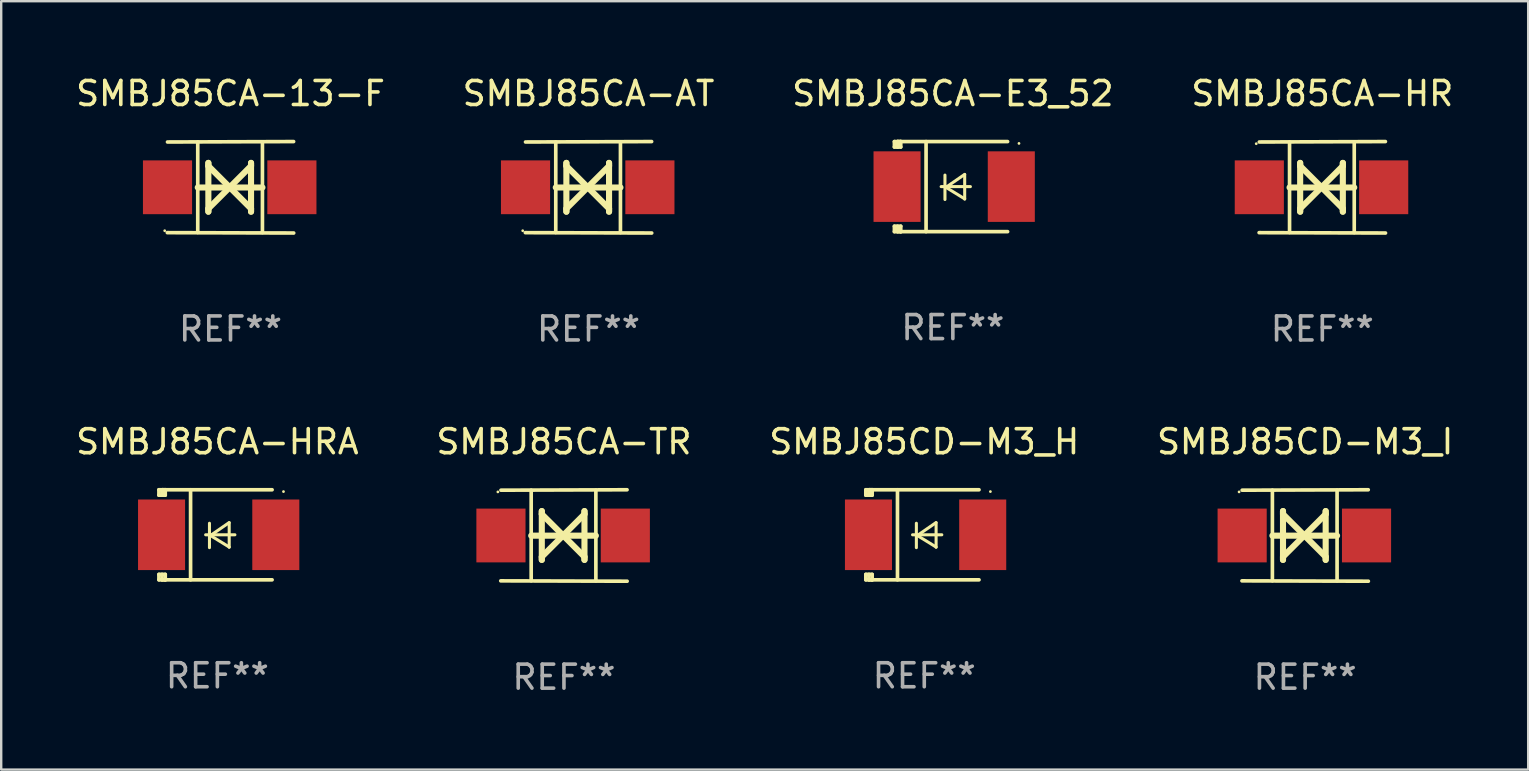
<source format=kicad_pcb>
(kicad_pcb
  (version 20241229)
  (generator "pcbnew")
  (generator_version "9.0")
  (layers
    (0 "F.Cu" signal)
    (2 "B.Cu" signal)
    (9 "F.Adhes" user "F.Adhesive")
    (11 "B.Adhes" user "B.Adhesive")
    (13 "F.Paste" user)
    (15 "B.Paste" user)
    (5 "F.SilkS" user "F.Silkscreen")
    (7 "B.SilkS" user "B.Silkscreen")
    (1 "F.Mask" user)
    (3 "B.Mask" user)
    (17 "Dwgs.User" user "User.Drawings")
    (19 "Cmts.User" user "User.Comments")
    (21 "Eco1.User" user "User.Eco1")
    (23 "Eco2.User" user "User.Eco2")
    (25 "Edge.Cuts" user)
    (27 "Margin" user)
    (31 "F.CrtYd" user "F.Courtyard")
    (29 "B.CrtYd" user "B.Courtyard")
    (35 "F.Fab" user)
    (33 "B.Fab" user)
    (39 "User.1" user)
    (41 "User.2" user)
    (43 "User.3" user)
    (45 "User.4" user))
  (footprint "SMBJ85CA-E3_52"
    (layer "F.Cu")
    (at 36.649 4.725)
    (property "Reference" "SMBJ85CA-E3_52" (at 0 -3.876 0) (layer "F.SilkS") (effects (font (size 1 1) (thickness 0.15))))
    (attr through_hole)
    (fp_line (start -2.435 1.65) (end -2.171 1.65) (stroke (width 0.152) (type solid)) (layer "F.SilkS"))
    (fp_line (start -2.435 1.876) (end -2.435 1.65) (stroke (width 0.152) (type solid)) (layer "F.SilkS"))
    (fp_line (start -2.435 -1.876) (end -2.171 -1.876) (stroke (width 0.152) (type solid)) (layer "F.SilkS"))
    (fp_line (start -2.435 -1.65) (end -2.435 -1.876) (stroke (width 0.152) (type solid)) (layer "F.SilkS"))
    (fp_line (start -2.305 -1.866) (end -2.295 -1.876) (stroke (width 0.152) (type solid)) (layer "F.SilkS"))
    (fp_line (start -2.305 -1.65) (end -2.305 -1.866) (stroke (width 0.152) (type solid)) (layer "F.SilkS"))
    (fp_line (start -2.305 1.876) (end -2.305 1.65) (stroke (width 0.152) (type solid)) (layer "F.SilkS"))
    (fp_line (start -2.295 -1.876) (end -2.295 -1.65) (stroke (width 0.152) (type solid)) (layer "F.SilkS"))
    (fp_line (start -2.171 1.876) (end -2.435 1.876) (stroke (width 0.152) (type solid)) (layer "F.SilkS"))
    (fp_line (start -2.171 -1.65) (end -2.435 -1.65) (stroke (width 0.152) (type solid)) (layer "F.SilkS"))
    (fp_line (start -2.171 -1.876) (end -2.295 -1.876) (stroke (width 0.152) (type solid)) (layer "F.SilkS"))
    (fp_line (start -2.171 -1.65) (end -2.171 -1.876) (stroke (width 0.152) (type solid)) (layer "F.SilkS"))
    (fp_line (start -2.171 1.876) (end -2.305 1.876) (stroke (width 0.152) (type solid)) (layer "F.SilkS"))
    (fp_line (start -2.171 1.876) (end -2.171 1.65) (stroke (width 0.152) (type solid)) (layer "F.SilkS"))
    (fp_line (start -1.116 1.876) (end -1.116 -1.876) (stroke (width 0.152) (type solid)) (layer "F.SilkS"))
    (fp_line (start -0.488 0.000102) (end 0.731 0.000102) (stroke (width 0.127) (type solid)) (layer "F.SilkS"))
    (fp_line (start -0.329 -0.48) (end -0.329 0.536) (stroke (width 0.127) (type solid)) (layer "F.SilkS"))
    (fp_line (start -0.29 0.03) (end 0.493 0.51) (stroke (width 0.127) (type solid)) (layer "F.SilkS"))
    (fp_line (start 0.493 -0.51) (end -0.29 0.03) (stroke (width 0.127) (type solid)) (layer "F.SilkS"))
    (fp_line (start 0.493 0.52) (end 0.493 -0.496) (stroke (width 0.127) (type solid)) (layer "F.SilkS"))
    (fp_line (start 2.281 -1.876) (end -2.171 -1.876) (stroke (width 0.152) (type solid)) (layer "F.SilkS"))
    (fp_line (start 2.281 1.876) (end -2.171 1.876) (stroke (width 0.152) (type solid)) (layer "F.SilkS"))
    (fp_circle (center 2.755 -1.8) (end 2.785 -1.8) (stroke (width 0.06) (type solid)) (fill no) (layer "F.SilkS"))
    (fp_text user "REF**" (at 0 5.876 0) (layer "F.Fab") (effects (font (size 1 1) (thickness 0.15))))
    (pad "1" smd rect (at 2.435 -0.000025 180) (size 1.96 2.94) (layers "F.Cu" "F.Mask" "F.Paste"))
    (pad "2" smd rect (at -2.325 -0.000025 180) (size 1.96 2.94) (layers "F.Cu" "F.Mask" "F.Paste")))
  (footprint "SMBJ85CA-HRA"
    (layer "F.Cu")
    (at 6.006 19.231)
    (property "Reference" "SMBJ85CA-HRA" (at 0 -3.876 0) (layer "F.SilkS") (effects (font (size 1 1) (thickness 0.15))))
    (attr through_hole)
    (fp_line (start -2.435 1.65) (end -2.171 1.65) (stroke (width 0.152) (type solid)) (layer "F.SilkS"))
    (fp_line (start -2.435 1.876) (end -2.435 1.65) (stroke (width 0.152) (type solid)) (layer "F.SilkS"))
    (fp_line (start -2.435 -1.876) (end -2.171 -1.876) (stroke (width 0.152) (type solid)) (layer "F.SilkS"))
    (fp_line (start -2.435 -1.65) (end -2.435 -1.876) (stroke (width 0.152) (type solid)) (layer "F.SilkS"))
    (fp_line (start -2.305 -1.866) (end -2.295 -1.876) (stroke (width 0.152) (type solid)) (layer "F.SilkS"))
    (fp_line (start -2.305 -1.65) (end -2.305 -1.866) (stroke (width 0.152) (type solid)) (layer "F.SilkS"))
    (fp_line (start -2.305 1.876) (end -2.305 1.65) (stroke (width 0.152) (type solid)) (layer "F.SilkS"))
    (fp_line (start -2.295 -1.876) (end -2.295 -1.65) (stroke (width 0.152) (type solid)) (layer "F.SilkS"))
    (fp_line (start -2.171 1.876) (end -2.435 1.876) (stroke (width 0.152) (type solid)) (layer "F.SilkS"))
    (fp_line (start -2.171 -1.65) (end -2.435 -1.65) (stroke (width 0.152) (type solid)) (layer "F.SilkS"))
    (fp_line (start -2.171 -1.876) (end -2.295 -1.876) (stroke (width 0.152) (type solid)) (layer "F.SilkS"))
    (fp_line (start -2.171 -1.65) (end -2.171 -1.876) (stroke (width 0.152) (type solid)) (layer "F.SilkS"))
    (fp_line (start -2.171 1.876) (end -2.305 1.876) (stroke (width 0.152) (type solid)) (layer "F.SilkS"))
    (fp_line (start -2.171 1.876) (end -2.171 1.65) (stroke (width 0.152) (type solid)) (layer "F.SilkS"))
    (fp_line (start -1.116 1.876) (end -1.116 -1.876) (stroke (width 0.152) (type solid)) (layer "F.SilkS"))
    (fp_line (start -0.488 0.000102) (end 0.731 0.000102) (stroke (width 0.127) (type solid)) (layer "F.SilkS"))
    (fp_line (start -0.329 -0.48) (end -0.329 0.536) (stroke (width 0.127) (type solid)) (layer "F.SilkS"))
    (fp_line (start -0.29 0.03) (end 0.493 0.51) (stroke (width 0.127) (type solid)) (layer "F.SilkS"))
    (fp_line (start 0.493 -0.51) (end -0.29 0.03) (stroke (width 0.127) (type solid)) (layer "F.SilkS"))
    (fp_line (start 0.493 0.52) (end 0.493 -0.496) (stroke (width 0.127) (type solid)) (layer "F.SilkS"))
    (fp_line (start 2.281 -1.876) (end -2.171 -1.876) (stroke (width 0.152) (type solid)) (layer "F.SilkS"))
    (fp_line (start 2.281 1.876) (end -2.171 1.876) (stroke (width 0.152) (type solid)) (layer "F.SilkS"))
    (fp_circle (center 2.755 -1.8) (end 2.785 -1.8) (stroke (width 0.06) (type solid)) (fill no) (layer "F.SilkS"))
    (fp_text user "REF**" (at 0 5.876 0) (layer "F.Fab") (effects (font (size 1 1) (thickness 0.15))))
    (pad "1" smd rect (at 2.435 -0.000025 180) (size 1.96 2.94) (layers "F.Cu" "F.Mask" "F.Paste"))
    (pad "2" smd rect (at -2.325 -0.000025 180) (size 1.96 2.94) (layers "F.Cu" "F.Mask" "F.Paste")))
  (footprint "SMBJ85CA-13-F"
    (layer "F.Cu")
    (at 6.554 4.753)
    (property "Reference" "SMBJ85CA-13-F" (at 0 -3.905 0) (layer "F.SilkS") (effects (font (size 1 1) (thickness 0.15))))
    (attr through_hole)
    (fp_line (start -1.365 1.886) (end -1.365 -1.886) (stroke (width 0.152) (type solid)) (layer "F.SilkS"))
    (fp_line (start -1.365 0.008) (end 1.33 0.008) (stroke (width 0.254) (type solid)) (layer "F.SilkS"))
    (fp_line (start -0.923 -1.016) (end -0.923 1.016) (stroke (width 0.254) (type solid)) (layer "F.SilkS"))
    (fp_line (start -0.923 -0.889) (end -0.923 -1.016) (stroke (width 0.254) (type solid)) (layer "F.SilkS"))
    (fp_line (start -0.923 0.889) (end -0.034 0) (stroke (width 0.254) (type solid)) (layer "F.SilkS"))
    (fp_line (start -0.923 1.016) (end -0.923 0.889) (stroke (width 0.254) (type solid)) (layer "F.SilkS"))
    (fp_line (start -0.034 0) (end -0.923 -0.889) (stroke (width 0.254) (type solid)) (layer "F.SilkS"))
    (fp_line (start -0.034 0) (end 0.855 0.889) (stroke (width 0.254) (type solid)) (layer "F.SilkS"))
    (fp_line (start 0.855 -1.016) (end 0.855 -0.889) (stroke (width 0.254) (type solid)) (layer "F.SilkS"))
    (fp_line (start 0.855 -0.889) (end -0.034 0) (stroke (width 0.254) (type solid)) (layer "F.SilkS"))
    (fp_line (start 0.855 0.889) (end 0.855 1.016) (stroke (width 0.254) (type solid)) (layer "F.SilkS"))
    (fp_line (start 0.855 1.016) (end 0.855 -1.016) (stroke (width 0.254) (type solid)) (layer "F.SilkS"))
    (fp_line (start 1.33 1.886) (end 1.33 -1.886) (stroke (width 0.152) (type solid)) (layer "F.SilkS"))
    (fp_line (start 2.629 -1.905) (end -2.625 -1.887) (stroke (width 0.152) (type solid)) (layer "F.SilkS"))
    (fp_line (start 2.633 1.905) (end -2.633 1.89) (stroke (width 0.152) (type solid)) (layer "F.SilkS"))
    (fp_circle (center -2.741 1.81) (end -2.711 1.81) (stroke (width 0.06) (type solid)) (fill no) (layer "F.SilkS"))
    (fp_text user "REF**" (at 0 5.905 0) (layer "F.Fab") (effects (font (size 1 1) (thickness 0.15))))
    (pad "1" smd rect (at -2.625 0) (size 2.047 2.241) (layers "F.Cu" "F.Mask" "F.Paste"))
    (pad "2" smd rect (at 2.557 0) (size 2.047 2.241) (layers "F.Cu" "F.Mask" "F.Paste")))
  (footprint "SMBJ85CD-M3_H"
    (layer "F.Cu")
    (at 35.458 19.231)
    (property "Reference" "SMBJ85CD-M3_H" (at 0 -3.876 0) (layer "F.SilkS") (effects (font (size 1 1) (thickness 0.15))))
    (attr through_hole)
    (fp_line (start -2.435 1.65) (end -2.171 1.65) (stroke (width 0.152) (type solid)) (layer "F.SilkS"))
    (fp_line (start -2.435 1.876) (end -2.435 1.65) (stroke (width 0.152) (type solid)) (layer "F.SilkS"))
    (fp_line (start -2.435 -1.876) (end -2.171 -1.876) (stroke (width 0.152) (type solid)) (layer "F.SilkS"))
    (fp_line (start -2.435 -1.65) (end -2.435 -1.876) (stroke (width 0.152) (type solid)) (layer "F.SilkS"))
    (fp_line (start -2.305 -1.866) (end -2.295 -1.876) (stroke (width 0.152) (type solid)) (layer "F.SilkS"))
    (fp_line (start -2.305 -1.65) (end -2.305 -1.866) (stroke (width 0.152) (type solid)) (layer "F.SilkS"))
    (fp_line (start -2.305 1.876) (end -2.305 1.65) (stroke (width 0.152) (type solid)) (layer "F.SilkS"))
    (fp_line (start -2.295 -1.876) (end -2.295 -1.65) (stroke (width 0.152) (type solid)) (layer "F.SilkS"))
    (fp_line (start -2.171 1.876) (end -2.435 1.876) (stroke (width 0.152) (type solid)) (layer "F.SilkS"))
    (fp_line (start -2.171 -1.65) (end -2.435 -1.65) (stroke (width 0.152) (type solid)) (layer "F.SilkS"))
    (fp_line (start -2.171 -1.876) (end -2.295 -1.876) (stroke (width 0.152) (type solid)) (layer "F.SilkS"))
    (fp_line (start -2.171 -1.65) (end -2.171 -1.876) (stroke (width 0.152) (type solid)) (layer "F.SilkS"))
    (fp_line (start -2.171 1.876) (end -2.305 1.876) (stroke (width 0.152) (type solid)) (layer "F.SilkS"))
    (fp_line (start -2.171 1.876) (end -2.171 1.65) (stroke (width 0.152) (type solid)) (layer "F.SilkS"))
    (fp_line (start -1.116 1.876) (end -1.116 -1.876) (stroke (width 0.152) (type solid)) (layer "F.SilkS"))
    (fp_line (start -0.488 0.000102) (end 0.731 0.000102) (stroke (width 0.127) (type solid)) (layer "F.SilkS"))
    (fp_line (start -0.329 -0.48) (end -0.329 0.536) (stroke (width 0.127) (type solid)) (layer "F.SilkS"))
    (fp_line (start -0.29 0.03) (end 0.493 0.51) (stroke (width 0.127) (type solid)) (layer "F.SilkS"))
    (fp_line (start 0.493 -0.51) (end -0.29 0.03) (stroke (width 0.127) (type solid)) (layer "F.SilkS"))
    (fp_line (start 0.493 0.52) (end 0.493 -0.496) (stroke (width 0.127) (type solid)) (layer "F.SilkS"))
    (fp_line (start 2.281 -1.876) (end -2.171 -1.876) (stroke (width 0.152) (type solid)) (layer "F.SilkS"))
    (fp_line (start 2.281 1.876) (end -2.171 1.876) (stroke (width 0.152) (type solid)) (layer "F.SilkS"))
    (fp_circle (center 2.755 -1.8) (end 2.785 -1.8) (stroke (width 0.06) (type solid)) (fill no) (layer "F.SilkS"))
    (fp_text user "REF**" (at 0 5.876 0) (layer "F.Fab") (effects (font (size 1 1) (thickness 0.15))))
    (pad "1" smd rect (at 2.435 -0.000025 180) (size 1.96 2.94) (layers "F.Cu" "F.Mask" "F.Paste"))
    (pad "2" smd rect (at -2.325 -0.000025 180) (size 1.96 2.94) (layers "F.Cu" "F.Mask" "F.Paste")))
  (footprint "SMBJ85CA-AT"
    (layer "F.Cu")
    (at 21.47 4.753)
    (property "Reference" "SMBJ85CA-AT" (at 0 -3.905 0) (layer "F.SilkS") (effects (font (size 1 1) (thickness 0.15))))
    (attr through_hole)
    (fp_line (start -1.365 1.886) (end -1.365 -1.886) (stroke (width 0.152) (type solid)) (layer "F.SilkS"))
    (fp_line (start -1.365 0.008) (end 1.33 0.008) (stroke (width 0.254) (type solid)) (layer "F.SilkS"))
    (fp_line (start -0.923 -1.016) (end -0.923 1.016) (stroke (width 0.254) (type solid)) (layer "F.SilkS"))
    (fp_line (start -0.923 -0.889) (end -0.923 -1.016) (stroke (width 0.254) (type solid)) (layer "F.SilkS"))
    (fp_line (start -0.923 0.889) (end -0.034 0) (stroke (width 0.254) (type solid)) (layer "F.SilkS"))
    (fp_line (start -0.923 1.016) (end -0.923 0.889) (stroke (width 0.254) (type solid)) (layer "F.SilkS"))
    (fp_line (start -0.034 0) (end -0.923 -0.889) (stroke (width 0.254) (type solid)) (layer "F.SilkS"))
    (fp_line (start -0.034 0) (end 0.855 0.889) (stroke (width 0.254) (type solid)) (layer "F.SilkS"))
    (fp_line (start 0.855 -1.016) (end 0.855 -0.889) (stroke (width 0.254) (type solid)) (layer "F.SilkS"))
    (fp_line (start 0.855 -0.889) (end -0.034 0) (stroke (width 0.254) (type solid)) (layer "F.SilkS"))
    (fp_line (start 0.855 0.889) (end 0.855 1.016) (stroke (width 0.254) (type solid)) (layer "F.SilkS"))
    (fp_line (start 0.855 1.016) (end 0.855 -1.016) (stroke (width 0.254) (type solid)) (layer "F.SilkS"))
    (fp_line (start 1.33 1.886) (end 1.33 -1.886) (stroke (width 0.152) (type solid)) (layer "F.SilkS"))
    (fp_line (start 2.629 -1.905) (end -2.625 -1.887) (stroke (width 0.152) (type solid)) (layer "F.SilkS"))
    (fp_line (start 2.633 1.905) (end -2.633 1.89) (stroke (width 0.152) (type solid)) (layer "F.SilkS"))
    (fp_circle (center -2.741 1.81) (end -2.711 1.81) (stroke (width 0.06) (type solid)) (fill no) (layer "F.SilkS"))
    (fp_text user "REF**" (at 0 5.905 0) (layer "F.Fab") (effects (font (size 1 1) (thickness 0.15))))
    (pad "1" smd rect (at -2.625 0) (size 2.047 2.241) (layers "F.Cu" "F.Mask" "F.Paste"))
    (pad "2" smd rect (at 2.557 0) (size 2.047 2.241) (layers "F.Cu" "F.Mask" "F.Paste")))
  (footprint "SMBJ85CA-HR"
    (layer "F.Cu")
    (at 52.042 4.753)
    (property "Reference" "SMBJ85CA-HR" (at 0 -3.905 0) (layer "F.SilkS") (effects (font (size 1 1) (thickness 0.15))))
    (attr through_hole)
    (fp_line (start -1.365 1.886) (end -1.365 -1.886) (stroke (width 0.152) (type solid)) (layer "F.SilkS"))
    (fp_line (start -1.365 0.008) (end 1.33 0.008) (stroke (width 0.254) (type solid)) (layer "F.SilkS"))
    (fp_line (start -0.923 -1.016) (end -0.923 1.016) (stroke (width 0.254) (type solid)) (layer "F.SilkS"))
    (fp_line (start -0.923 -0.889) (end -0.923 -1.016) (stroke (width 0.254) (type solid)) (layer "F.SilkS"))
    (fp_line (start -0.923 0.889) (end -0.034 0) (stroke (width 0.254) (type solid)) (layer "F.SilkS"))
    (fp_line (start -0.923 1.016) (end -0.923 0.889) (stroke (width 0.254) (type solid)) (layer "F.SilkS"))
    (fp_line (start -0.034 0) (end -0.923 -0.889) (stroke (width 0.254) (type solid)) (layer "F.SilkS"))
    (fp_line (start -0.034 0) (end 0.855 0.889) (stroke (width 0.254) (type solid)) (layer "F.SilkS"))
    (fp_line (start 0.855 -1.016) (end 0.855 -0.889) (stroke (width 0.254) (type solid)) (layer "F.SilkS"))
    (fp_line (start 0.855 -0.889) (end -0.034 0) (stroke (width 0.254) (type solid)) (layer "F.SilkS"))
    (fp_line (start 0.855 0.889) (end 0.855 1.016) (stroke (width 0.254) (type solid)) (layer "F.SilkS"))
    (fp_line (start 0.855 1.016) (end 0.855 -1.016) (stroke (width 0.254) (type solid)) (layer "F.SilkS"))
    (fp_line (start 1.33 1.886) (end 1.33 -1.886) (stroke (width 0.152) (type solid)) (layer "F.SilkS"))
    (fp_line (start 2.629 -1.905) (end -2.625 -1.887) (stroke (width 0.152) (type solid)) (layer "F.SilkS"))
    (fp_line (start 2.633 1.905) (end -2.633 1.89) (stroke (width 0.152) (type solid)) (layer "F.SilkS"))
    (fp_circle (center -2.753 -1.816) (end -2.723 -1.816) (stroke (width 0.06) (type solid)) (fill no) (layer "F.SilkS"))
    (fp_text user "REF**" (at 0 5.905 0) (layer "F.Fab") (effects (font (size 1 1) (thickness 0.15))))
    (pad "1" smd rect (at -2.625 0) (size 2.047 2.241) (layers "F.Cu" "F.Mask" "F.Paste"))
    (pad "2" smd rect (at 2.557 0) (size 2.047 2.241) (layers "F.Cu" "F.Mask" "F.Paste")))
  (footprint "SMBJ85CA-TR"
    (layer "F.Cu")
    (at 20.446 19.26)
    (property "Reference" "SMBJ85CA-TR" (at 0 -3.905 0) (layer "F.SilkS") (effects (font (size 1 1) (thickness 0.15))))
    (attr through_hole)
    (fp_line (start -1.365 1.886) (end -1.365 -1.886) (stroke (width 0.152) (type solid)) (layer "F.SilkS"))
    (fp_line (start -1.365 0.008) (end 1.33 0.008) (stroke (width 0.254) (type solid)) (layer "F.SilkS"))
    (fp_line (start -0.923 -1.016) (end -0.923 1.016) (stroke (width 0.254) (type solid)) (layer "F.SilkS"))
    (fp_line (start -0.923 -0.889) (end -0.923 -1.016) (stroke (width 0.254) (type solid)) (layer "F.SilkS"))
    (fp_line (start -0.923 0.889) (end -0.034 0) (stroke (width 0.254) (type solid)) (layer "F.SilkS"))
    (fp_line (start -0.923 1.016) (end -0.923 0.889) (stroke (width 0.254) (type solid)) (layer "F.SilkS"))
    (fp_line (start -0.034 0) (end -0.923 -0.889) (stroke (width 0.254) (type solid)) (layer "F.SilkS"))
    (fp_line (start -0.034 0) (end 0.855 0.889) (stroke (width 0.254) (type solid)) (layer "F.SilkS"))
    (fp_line (start 0.855 -1.016) (end 0.855 -0.889) (stroke (width 0.254) (type solid)) (layer "F.SilkS"))
    (fp_line (start 0.855 -0.889) (end -0.034 0) (stroke (width 0.254) (type solid)) (layer "F.SilkS"))
    (fp_line (start 0.855 0.889) (end 0.855 1.016) (stroke (width 0.254) (type solid)) (layer "F.SilkS"))
    (fp_line (start 0.855 1.016) (end 0.855 -1.016) (stroke (width 0.254) (type solid)) (layer "F.SilkS"))
    (fp_line (start 1.33 1.886) (end 1.33 -1.886) (stroke (width 0.152) (type solid)) (layer "F.SilkS"))
    (fp_line (start 2.629 -1.905) (end -2.625 -1.887) (stroke (width 0.152) (type solid)) (layer "F.SilkS"))
    (fp_line (start 2.633 1.905) (end -2.633 1.89) (stroke (width 0.152) (type solid)) (layer "F.SilkS"))
    (fp_circle (center -2.753 -1.816) (end -2.723 -1.816) (stroke (width 0.06) (type solid)) (fill no) (layer "F.SilkS"))
    (fp_text user "REF**" (at 0 5.905 0) (layer "F.Fab") (effects (font (size 1 1) (thickness 0.15))))
    (pad "1" smd rect (at -2.625 0) (size 2.047 2.241) (layers "F.Cu" "F.Mask" "F.Paste"))
    (pad "2" smd rect (at 2.557 0) (size 2.047 2.241) (layers "F.Cu" "F.Mask" "F.Paste")))
  (footprint "SMBJ85CD-M3_I"
    (layer "F.Cu")
    (at 51.327 19.26)
    (property "Reference" "SMBJ85CD-M3_I" (at 0 -3.905 0) (layer "F.SilkS") (effects (font (size 1 1) (thickness 0.15))))
    (attr through_hole)
    (fp_line (start -1.365 1.886) (end -1.365 -1.886) (stroke (width 0.152) (type solid)) (layer "F.SilkS"))
    (fp_line (start -1.365 0.008) (end 1.33 0.008) (stroke (width 0.254) (type solid)) (layer "F.SilkS"))
    (fp_line (start -0.923 -1.016) (end -0.923 1.016) (stroke (width 0.254) (type solid)) (layer "F.SilkS"))
    (fp_line (start -0.923 -0.889) (end -0.923 -1.016) (stroke (width 0.254) (type solid)) (layer "F.SilkS"))
    (fp_line (start -0.923 0.889) (end -0.034 0) (stroke (width 0.254) (type solid)) (layer "F.SilkS"))
    (fp_line (start -0.923 1.016) (end -0.923 0.889) (stroke (width 0.254) (type solid)) (layer "F.SilkS"))
    (fp_line (start -0.034 0) (end -0.923 -0.889) (stroke (width 0.254) (type solid)) (layer "F.SilkS"))
    (fp_line (start -0.034 0) (end 0.855 0.889) (stroke (width 0.254) (type solid)) (layer "F.SilkS"))
    (fp_line (start 0.855 -1.016) (end 0.855 -0.889) (stroke (width 0.254) (type solid)) (layer "F.SilkS"))
    (fp_line (start 0.855 -0.889) (end -0.034 0) (stroke (width 0.254) (type solid)) (layer "F.SilkS"))
    (fp_line (start 0.855 0.889) (end 0.855 1.016) (stroke (width 0.254) (type solid)) (layer "F.SilkS"))
    (fp_line (start 0.855 1.016) (end 0.855 -1.016) (stroke (width 0.254) (type solid)) (layer "F.SilkS"))
    (fp_line (start 1.33 1.886) (end 1.33 -1.886) (stroke (width 0.152) (type solid)) (layer "F.SilkS"))
    (fp_line (start 2.629 -1.905) (end -2.625 -1.887) (stroke (width 0.152) (type solid)) (layer "F.SilkS"))
    (fp_line (start 2.633 1.905) (end -2.633 1.89) (stroke (width 0.152) (type solid)) (layer "F.SilkS"))
    (fp_circle (center -2.753 -1.816) (end -2.723 -1.816) (stroke (width 0.06) (type solid)) (fill no) (layer "F.SilkS"))
    (fp_text user "REF**" (at 0 5.905 0) (layer "F.Fab") (effects (font (size 1 1) (thickness 0.15))))
    (pad "1" smd rect (at -2.625 0) (size 2.047 2.241) (layers "F.Cu" "F.Mask" "F.Paste"))
    (pad "2" smd rect (at 2.557 0) (size 2.047 2.241) (layers "F.Cu" "F.Mask" "F.Paste")))
  (gr_rect
    (start -3 -3)
    (end 60.619 29.013)
    (stroke (width 0.1) (type default))
    (fill no)
    (layer "Edge.Cuts")))
</source>
